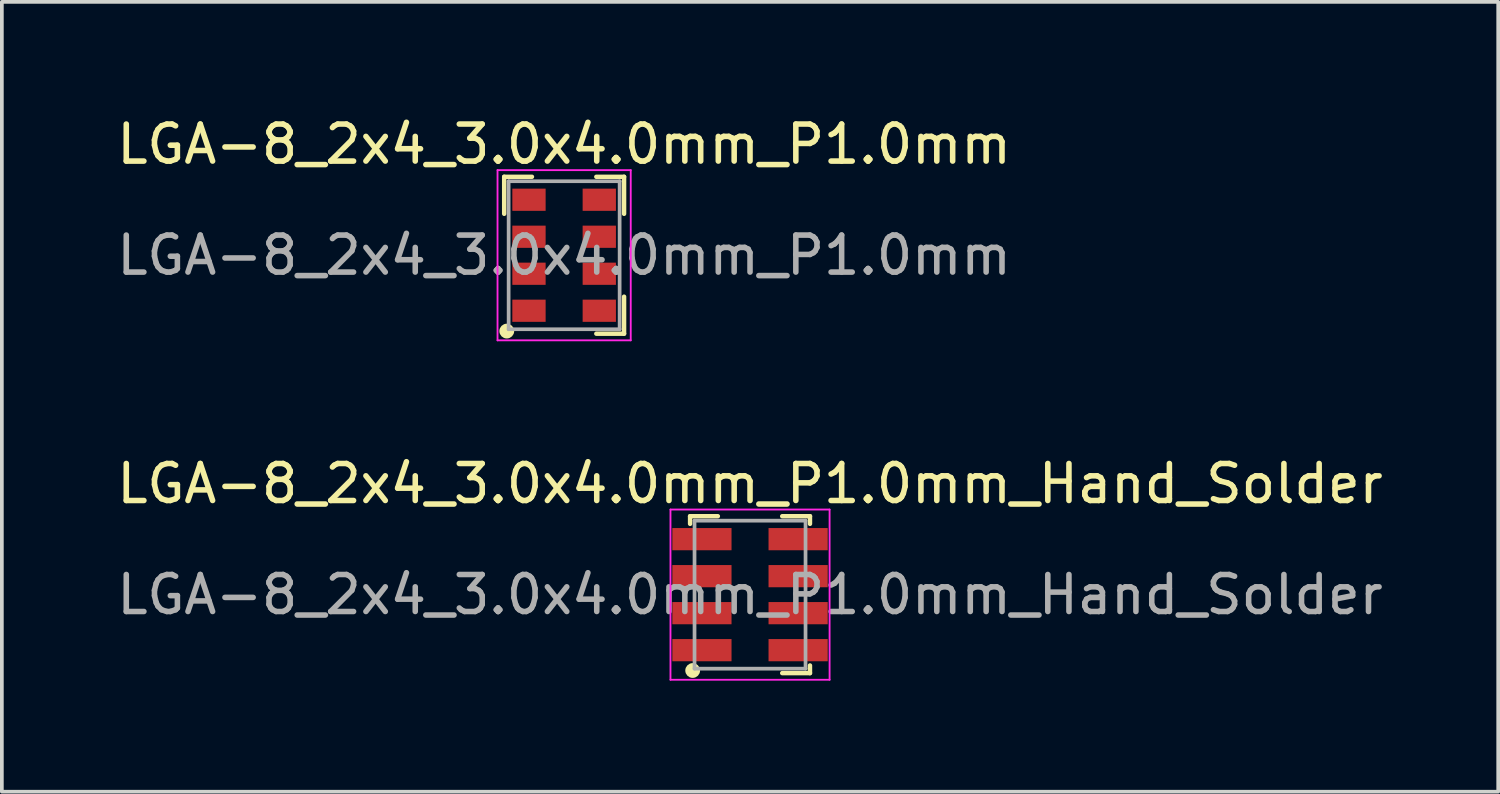
<source format=kicad_pcb>
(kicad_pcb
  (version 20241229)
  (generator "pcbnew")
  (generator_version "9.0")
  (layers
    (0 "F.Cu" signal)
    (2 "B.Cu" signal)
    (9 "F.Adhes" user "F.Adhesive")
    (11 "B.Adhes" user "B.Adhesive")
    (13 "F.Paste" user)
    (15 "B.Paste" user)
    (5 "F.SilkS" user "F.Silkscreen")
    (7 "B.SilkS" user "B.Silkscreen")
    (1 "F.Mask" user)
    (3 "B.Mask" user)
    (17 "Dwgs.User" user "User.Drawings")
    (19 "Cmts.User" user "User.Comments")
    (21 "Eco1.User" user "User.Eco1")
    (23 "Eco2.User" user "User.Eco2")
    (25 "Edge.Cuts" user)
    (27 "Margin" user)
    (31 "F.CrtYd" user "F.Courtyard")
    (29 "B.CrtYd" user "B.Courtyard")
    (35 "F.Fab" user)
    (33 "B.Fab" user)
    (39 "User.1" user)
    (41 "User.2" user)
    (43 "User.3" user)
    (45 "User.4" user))
  (footprint "LGA-8_2x4_3.0x4.0mm_P1.0mm"
    (layer "F.Cu")
    (at 12.196 3.848)
    (property "Reference" "LGA-8_2x4_3.0x4.0mm_P1.0mm" (at 0 -3 0) (layer "F.SilkS") (effects (font (size 1 1) (thickness 0.15))))
    (attr smd)
    (fp_line (start -1.62 -2.12) (end -1.62 -1.12) (stroke (width 0.12) (type default)) (layer "F.SilkS"))
    (fp_line (start -0.87 -2.12) (end -1.62 -2.12) (stroke (width 0.12) (type default)) (layer "F.SilkS"))
    (fp_line (start 0.87 -2.12) (end 1.62 -2.12) (stroke (width 0.12) (type default)) (layer "F.SilkS"))
    (fp_line (start 0.87 2.12) (end 1.62 2.12) (stroke (width 0.12) (type default)) (layer "F.SilkS"))
    (fp_line (start 1.62 -2.12) (end 1.62 -1.12) (stroke (width 0.12) (type default)) (layer "F.SilkS"))
    (fp_line (start 1.62 2.12) (end 1.62 1.12) (stroke (width 0.12) (type default)) (layer "F.SilkS"))
    (fp_circle (center -1.55 2.05) (end -1.45 2.05) (stroke (width 0.2) (type default)) (fill no) (layer "F.SilkS"))
    (fp_line (start -1.8 -2.3) (end 1.8 -2.3) (stroke (width 0.05) (type default)) (layer "F.CrtYd"))
    (fp_line (start -1.8 2.3) (end -1.8 -2.3) (stroke (width 0.05) (type default)) (layer "F.CrtYd"))
    (fp_line (start 1.8 -2.3) (end 1.8 2.3) (stroke (width 0.05) (type default)) (layer "F.CrtYd"))
    (fp_line (start 1.8 2.3) (end -1.8 2.3) (stroke (width 0.05) (type default)) (layer "F.CrtYd"))
    (fp_line (start -1.5 -2) (end -1.5 2) (stroke (width 0.1) (type default)) (layer "F.Fab"))
    (fp_line (start -1.5 2) (end 1.5 2) (stroke (width 0.1) (type default)) (layer "F.Fab"))
    (fp_line (start 1.5 -2) (end -1.5 -2) (stroke (width 0.1) (type default)) (layer "F.Fab"))
    (fp_line (start 1.5 2) (end 1.5 -2) (stroke (width 0.1) (type default)) (layer "F.Fab"))
    (fp_text user "${REFERENCE}" (at 0 0 0) (layer "F.Fab") (effects (font (size 1 1) (thickness 0.15))))
    (pad "1" smd rect (at -0.95 1.5) (size 0.9 0.6) (layers "F.Cu" "F.Mask" "F.Paste"))
    (pad "2" smd rect (at -0.95 0.5) (size 0.9 0.6) (layers "F.Cu" "F.Mask" "F.Paste"))
    (pad "3" smd rect (at -0.95 -0.5) (size 0.9 0.6) (layers "F.Cu" "F.Mask" "F.Paste"))
    (pad "4" smd rect (at -0.95 -1.5) (size 0.9 0.6) (layers "F.Cu" "F.Mask" "F.Paste"))
    (pad "5" smd rect (at 0.95 -1.5) (size 0.9 0.6) (layers "F.Cu" "F.Mask" "F.Paste"))
    (pad "6" smd rect (at 0.95 -0.5) (size 0.9 0.6) (layers "F.Cu" "F.Mask" "F.Paste"))
    (pad "7" smd rect (at 0.95 0.5) (size 0.9 0.6) (layers "F.Cu" "F.Mask" "F.Paste"))
    (pad "8" smd rect (at 0.95 1.5) (size 0.9 0.6) (layers "F.Cu" "F.Mask" "F.Paste")))
  (footprint "LGA-8_2x4_3.0x4.0mm_P1.0mm_Hand_Solder"
    (layer "F.Cu")
    (at 17.22 13.021)
    (property "Reference" "LGA-8_2x4_3.0x4.0mm_P1.0mm_Hand_Solder" (at 0 -3 0) (layer "F.SilkS") (effects (font (size 1 1) (thickness 0.15))))
    (attr smd)
    (fp_line (start -1.62 -2.12) (end -1.62 -1.914) (stroke (width 0.12) (type default)) (layer "F.SilkS"))
    (fp_line (start -0.87 -2.12) (end -1.62 -2.12) (stroke (width 0.12) (type default)) (layer "F.SilkS"))
    (fp_line (start 0.87 -2.12) (end 1.62 -2.12) (stroke (width 0.12) (type default)) (layer "F.SilkS"))
    (fp_line (start 0.87 2.12) (end 1.62 2.12) (stroke (width 0.12) (type default)) (layer "F.SilkS"))
    (fp_line (start 1.62 -2.12) (end 1.62 -1.914) (stroke (width 0.12) (type solid)) (layer "F.SilkS"))
    (fp_line (start 1.62 2.12) (end 1.62 1.914) (stroke (width 0.12) (type solid)) (layer "F.SilkS"))
    (fp_circle (center -1.55 2.05) (end -1.45 2.05) (stroke (width 0.2) (type default)) (fill no) (layer "F.SilkS"))
    (fp_line (start -2.15 -2.3) (end 2.15 -2.3) (stroke (width 0.05) (type solid)) (layer "F.CrtYd"))
    (fp_line (start -2.15 2.3) (end -2.15 -2.3) (stroke (width 0.05) (type solid)) (layer "F.CrtYd"))
    (fp_line (start 2.15 -2.3) (end 2.15 2.3) (stroke (width 0.05) (type solid)) (layer "F.CrtYd"))
    (fp_line (start 2.15 2.3) (end -2.15 2.3) (stroke (width 0.05) (type solid)) (layer "F.CrtYd"))
    (fp_line (start -1.5 -2) (end -1.5 2) (stroke (width 0.1) (type default)) (layer "F.Fab"))
    (fp_line (start -1.5 2) (end 1.5 2) (stroke (width 0.1) (type default)) (layer "F.Fab"))
    (fp_line (start 1.5 -2) (end -1.5 -2) (stroke (width 0.1) (type default)) (layer "F.Fab"))
    (fp_line (start 1.5 2) (end 1.5 -2) (stroke (width 0.1) (type default)) (layer "F.Fab"))
    (fp_text user "${REFERENCE}" (at 0 0 0) (layer "F.Fab") (effects (font (size 1 1) (thickness 0.15))))
    (pad "1" smd rect (at -1.3 1.5) (size 1.6 0.6) (layers "F.Cu" "F.Mask" "F.Paste"))
    (pad "2" smd rect (at -1.3 0.5) (size 1.6 0.6) (layers "F.Cu" "F.Mask" "F.Paste"))
    (pad "3" smd rect (at -1.3 -0.5) (size 1.6 0.6) (layers "F.Cu" "F.Mask" "F.Paste"))
    (pad "4" smd rect (at -1.3 -1.5) (size 1.6 0.6) (layers "F.Cu" "F.Mask" "F.Paste"))
    (pad "5" smd rect (at 1.3 -1.5) (size 1.6 0.6) (layers "F.Cu" "F.Mask" "F.Paste"))
    (pad "6" smd rect (at 1.3 -0.5) (size 1.6 0.6) (layers "F.Cu" "F.Mask" "F.Paste"))
    (pad "7" smd rect (at 1.3 0.5) (size 1.6 0.6) (layers "F.Cu" "F.Mask" "F.Paste"))
    (pad "8" smd rect (at 1.3 1.5) (size 1.6 0.6) (layers "F.Cu" "F.Mask" "F.Paste")))
  (gr_rect
    (start -3 -3)
    (end 37.44 18.346)
    (stroke (width 0.1) (type default))
    (fill no)
    (layer "Edge.Cuts")))
</source>
